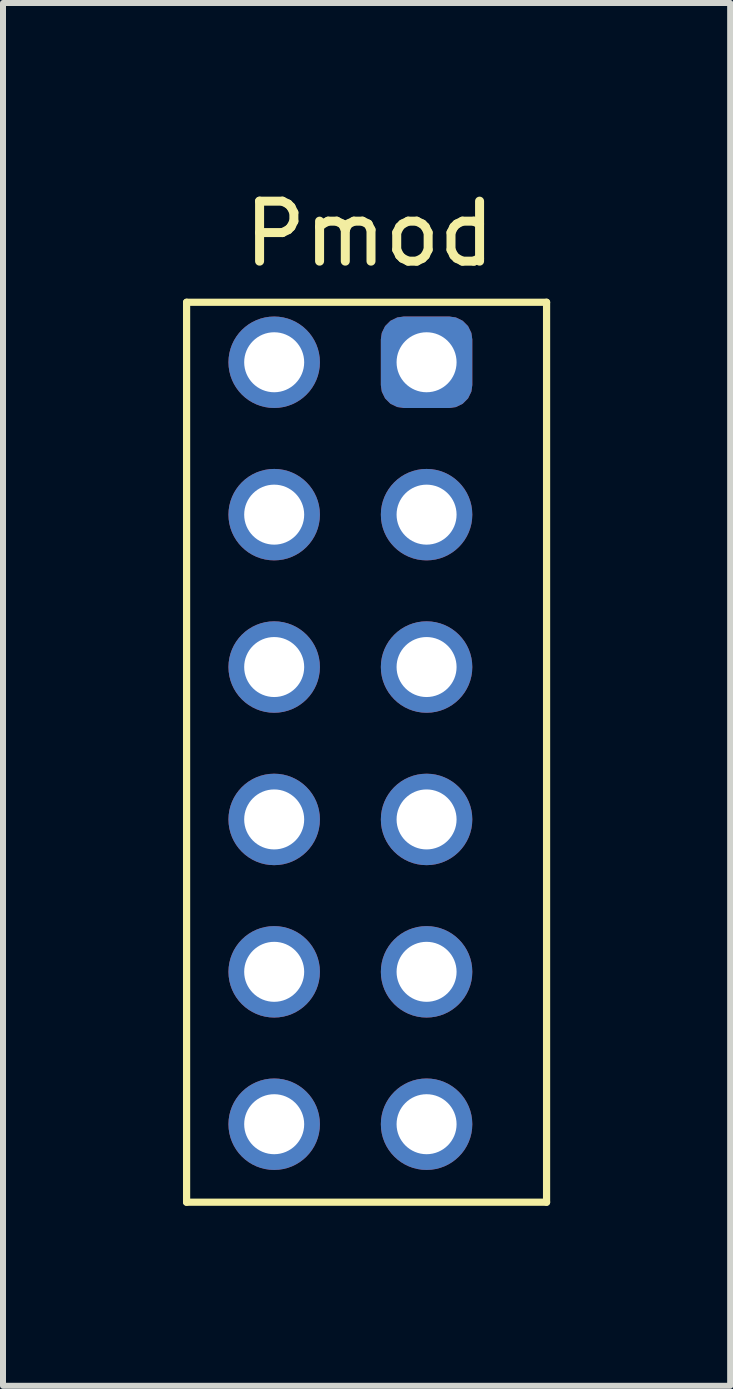
<source format=kicad_pcb>
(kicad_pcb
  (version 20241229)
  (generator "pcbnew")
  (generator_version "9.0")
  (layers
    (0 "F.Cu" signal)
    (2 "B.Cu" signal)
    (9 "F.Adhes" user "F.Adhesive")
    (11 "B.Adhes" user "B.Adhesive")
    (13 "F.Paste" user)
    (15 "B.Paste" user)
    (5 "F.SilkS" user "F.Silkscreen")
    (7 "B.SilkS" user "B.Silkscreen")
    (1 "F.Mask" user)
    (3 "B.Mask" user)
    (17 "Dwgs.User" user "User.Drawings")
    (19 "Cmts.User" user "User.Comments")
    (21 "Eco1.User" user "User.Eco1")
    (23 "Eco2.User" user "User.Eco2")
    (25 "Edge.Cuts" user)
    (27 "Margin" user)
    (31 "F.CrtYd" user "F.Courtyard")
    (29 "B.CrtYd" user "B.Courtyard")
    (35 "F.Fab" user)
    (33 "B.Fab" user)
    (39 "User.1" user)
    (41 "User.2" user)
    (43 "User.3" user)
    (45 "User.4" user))
  (footprint "Pmod"
    (layer "F.Cu")
    (at 4.06 2.988)
    (property "Reference" "Pmod" (at -0.95 -2.14 0) (layer "F.SilkS") (effects (font (size 1 1) (thickness 0.15))))
    (attr through_hole)
    (fp_line (start -4 -1) (end 2 -1) (stroke (width 0.12) (type solid)) (layer "F.SilkS"))
    (fp_line (start -4 14) (end -4 -1) (stroke (width 0.12) (type solid)) (layer "F.SilkS"))
    (fp_line (start 2 -1) (end 2 14) (stroke (width 0.12) (type solid)) (layer "F.SilkS"))
    (fp_line (start 2 14) (end -4 14) (stroke (width 0.12) (type solid)) (layer "F.SilkS"))
    (pad "1" thru_hole roundrect (at 0 0) (size 1.524 1.524) (drill 1) (layers "*.Cu" "*.Mask") (roundrect_rratio 0.25))
    (pad "2" thru_hole circle (at 0 2.54) (size 1.524 1.524) (drill 1) (layers "*.Cu" "*.Mask"))
    (pad "3" thru_hole circle (at 0 5.08) (size 1.524 1.524) (drill 1) (layers "*.Cu" "*.Mask"))
    (pad "4" thru_hole circle (at 0 7.62) (size 1.524 1.524) (drill 1) (layers "*.Cu" "*.Mask"))
    (pad "5" thru_hole circle (at 0 10.16) (size 1.524 1.524) (drill 1) (layers "*.Cu" "*.Mask"))
    (pad "6" thru_hole circle (at 0 12.7) (size 1.524 1.524) (drill 1) (layers "*.Cu" "*.Mask"))
    (pad "7" thru_hole circle (at -2.54 0) (size 1.524 1.524) (drill 1) (layers "*.Cu" "*.Mask"))
    (pad "8" thru_hole circle (at -2.54 2.54) (size 1.524 1.524) (drill 1) (layers "*.Cu" "*.Mask"))
    (pad "9" thru_hole circle (at -2.54 5.08) (size 1.524 1.524) (drill 1) (layers "*.Cu" "*.Mask"))
    (pad "10" thru_hole circle (at -2.54 7.62) (size 1.524 1.524) (drill 1) (layers "*.Cu" "*.Mask"))
    (pad "11" thru_hole circle (at -2.54 10.16) (size 1.524 1.524) (drill 1) (layers "*.Cu" "*.Mask"))
    (pad "12" thru_hole circle (at -2.54 12.7) (size 1.524 1.524) (drill 1) (layers "*.Cu" "*.Mask")))
  (gr_rect
    (start -3 -3)
    (end 9.12 20.048)
    (stroke (width 0.1) (type default))
    (fill no)
    (layer "Edge.Cuts")))
</source>
